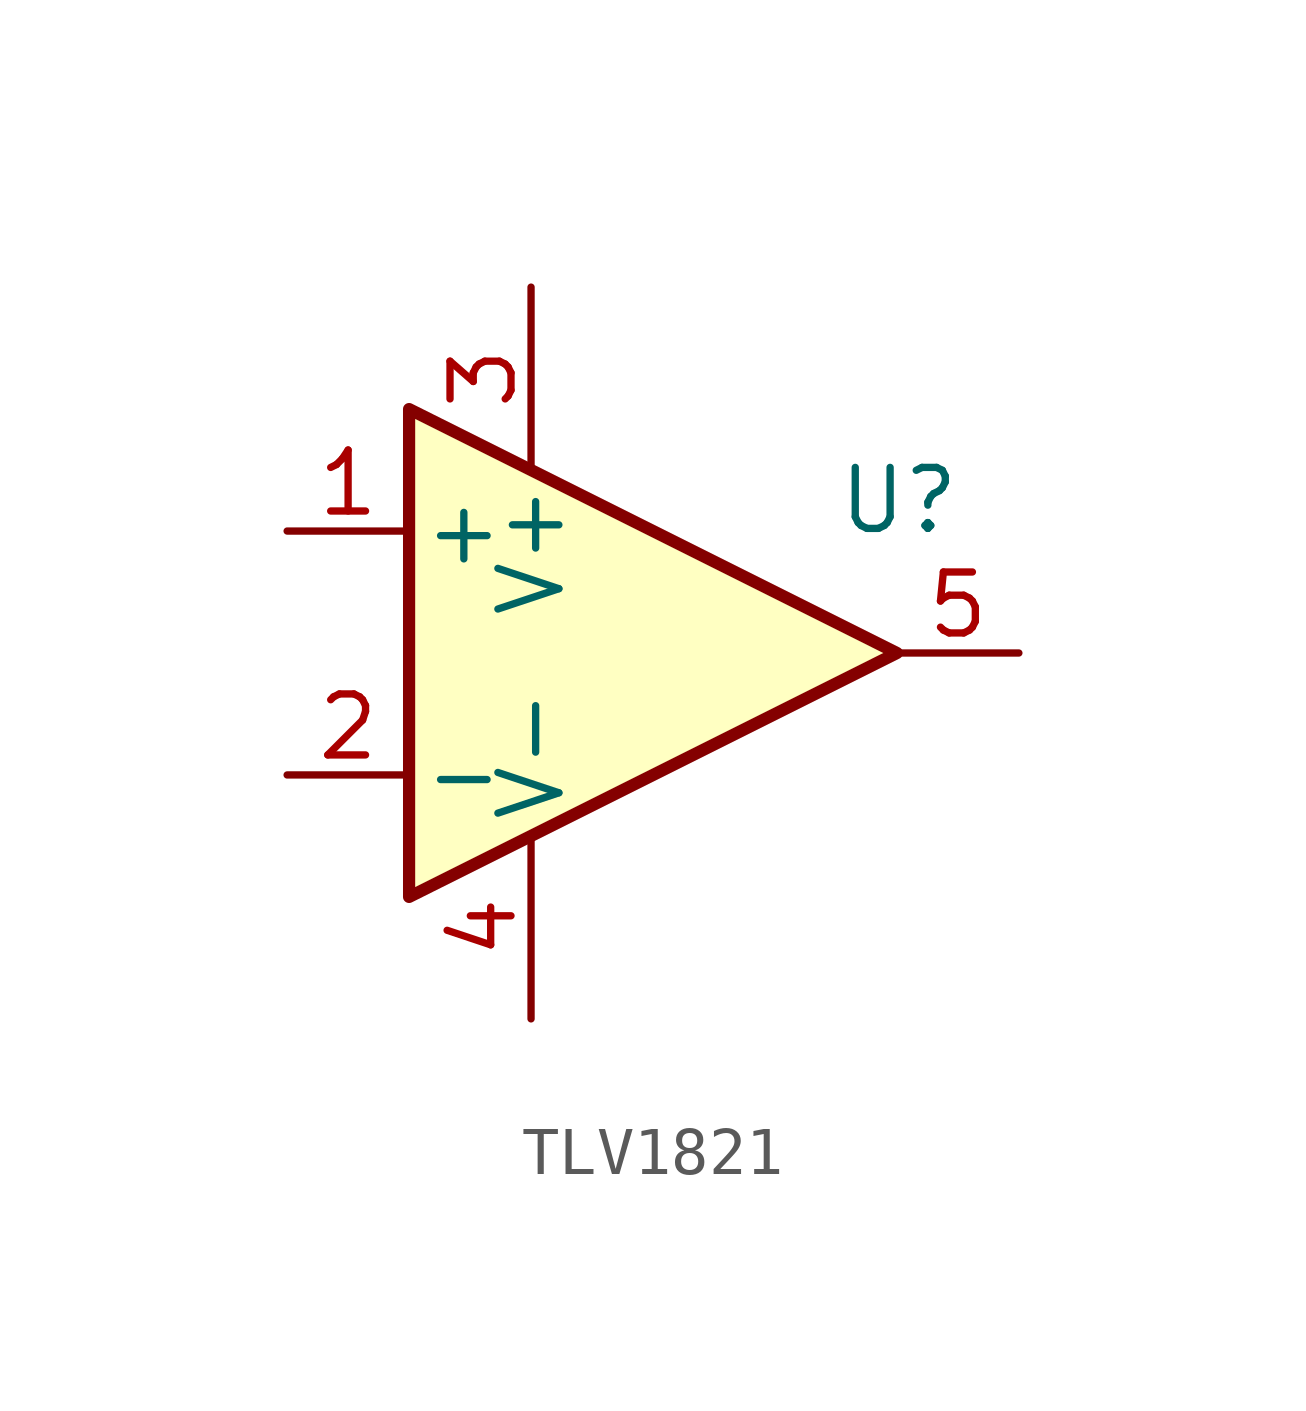
<source format=kicad_sym>
(kicad_symbol_lib
  (version 20231120)
  (generator "kicad_symbol_editor")
  (generator_version "8.0")
  (symbol "TLV1821"
    (pin_names
      (offset 0.254))
    (property "Reference" "U"
      (at 3.81 3.175 0)
      (effects (font (size 1.27 1.27)) (justify left)))
    (property "Value" "${SIM.PARAMS}"
      (at 3.81 -3.175 0)
      (effects (font (size 1.27 1.27)) (justify left)))
    (symbol "TLV1821_0_1"
      (polyline (pts (xy 5.08 0) (xy -5.08 5.08) (xy -5.08 -5.08) (xy 5.08 0)) (stroke (width 0.254) (type default)) (fill (type background))))
    (symbol "TLV1821_1_1"
      (pin passive line (at -7.62 2.54 0) (length 2.54) (name "+" (effects (font (size 1.27 1.27)))) (number "1" (effects (font (size 1.27 1.27)))))
      (pin passive line (at -7.62 -2.54 0) (length 2.54) (name "-" (effects (font (size 1.27 1.27)))) (number "2" (effects (font (size 1.27 1.27)))))
      (pin passive line (at -2.54 7.62 270) (length 3.81) (name "V+" (effects (font (size 1.27 1.27)))) (number "3" (effects (font (size 1.27 1.27)))))
      (pin passive line (at -2.54 -7.62 90) (length 3.81) (name "V-" (effects (font (size 1.27 1.27)))) (number "4" (effects (font (size 1.27 1.27)))))
      (pin passive line (at 7.62 0 180) (length 2.54) (name "~" (effects (font (size 1.27 1.27)))) (number "5" (effects (font (size 1.27 1.27))))))))
</source>
